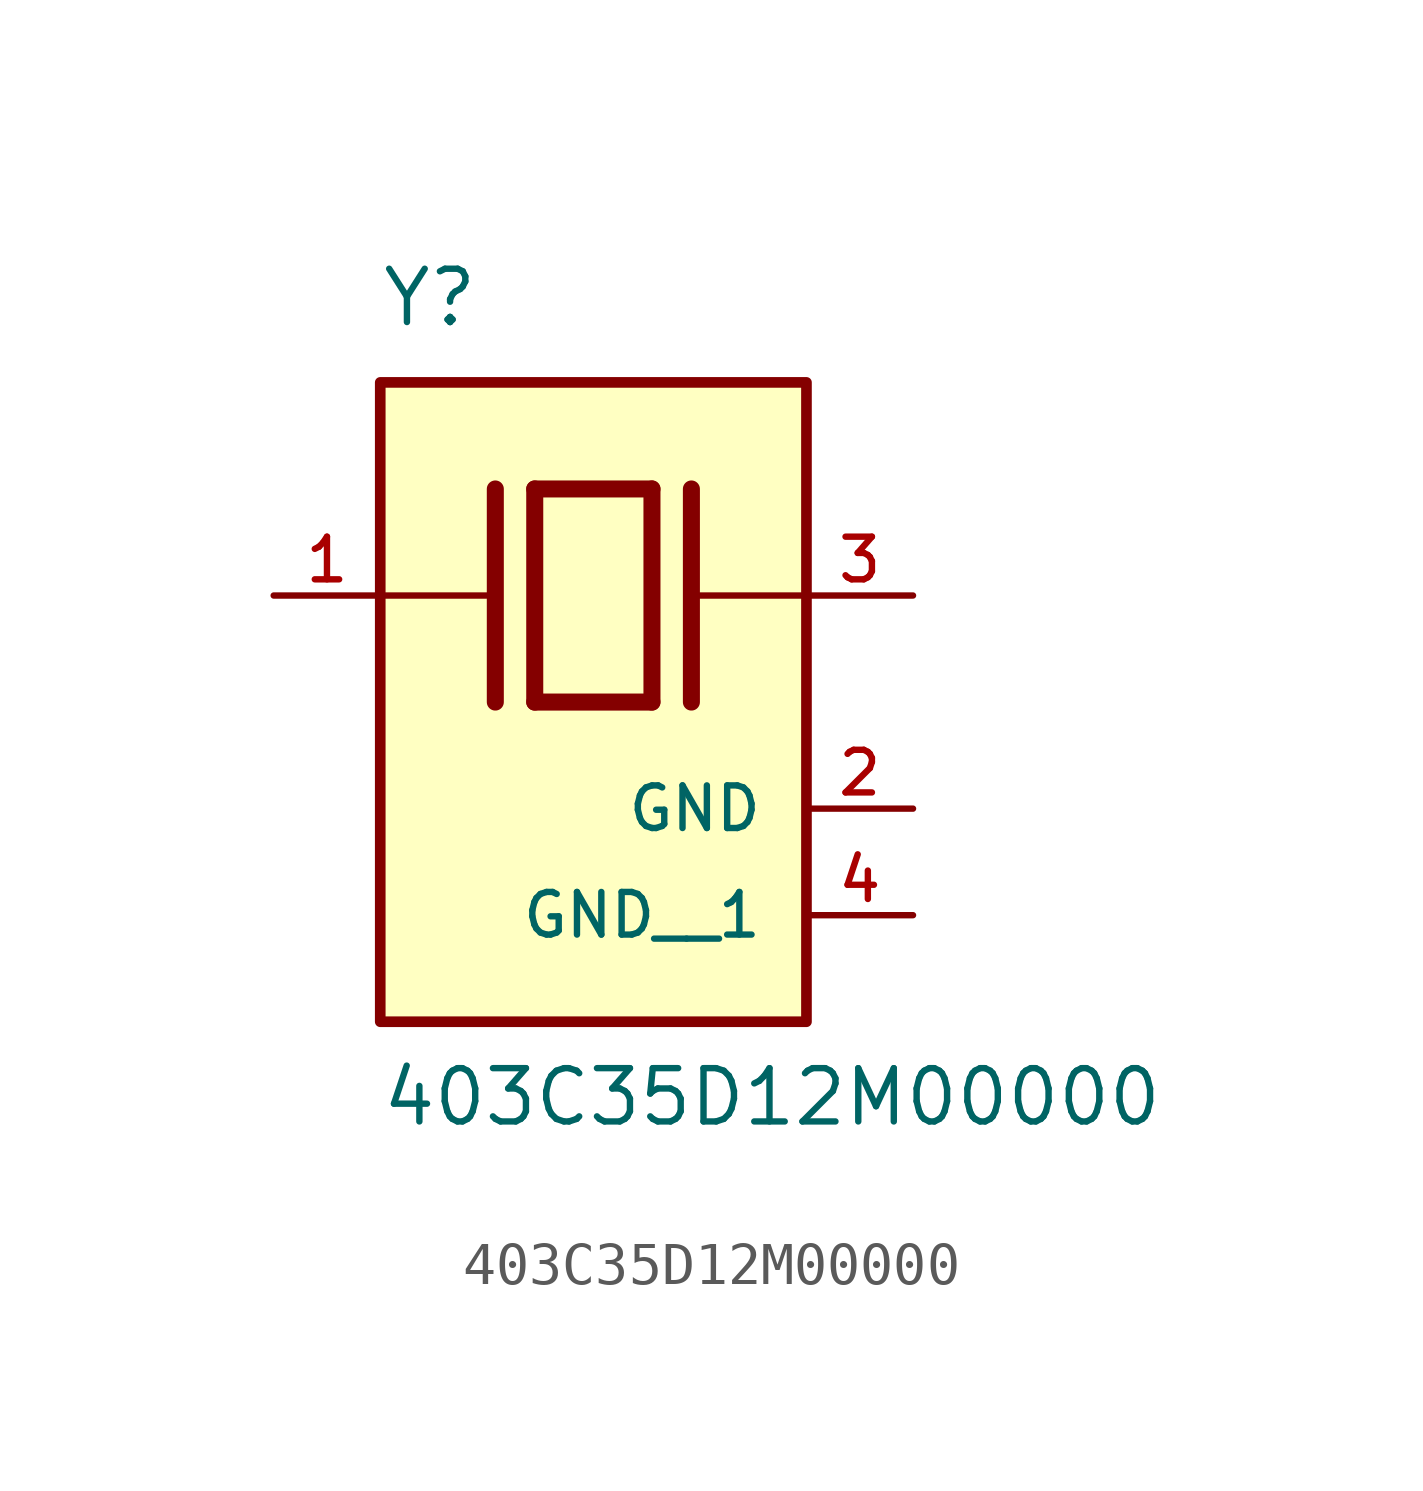
<source format=kicad_sym>
(kicad_symbol_lib
  (version 20211014)
  (generator kicad_symbol_editor)
  (symbol "403C35D12M00000"
    (pin_names
      (offset 1.016))
    (property "Reference" "Y"
      (at -5.088 6.356 0)
      (effects (font (size 1.27 1.27)) (justify bottom left)))
    (property "Value" "403C35D12M00000"
      (at -5.094 -12.7 0)
      (effects (font (size 1.27 1.27)) (justify bottom left)))
    (symbol "403C35D12M00000_0_0"
      (polyline (pts (xy -1.397 2.54) (xy 1.397 2.54)) (stroke (width 0.406)))
      (polyline (pts (xy 1.397 2.54) (xy 1.397 -2.54)) (stroke (width 0.406)))
      (polyline (pts (xy 1.397 -2.54) (xy -1.397 -2.54)) (stroke (width 0.406)))
      (polyline (pts (xy -1.397 2.54) (xy -1.397 -2.54)) (stroke (width 0.406)))
      (polyline (pts (xy 2.337 2.54) (xy 2.337 -2.54)) (stroke (width 0.406)))
      (polyline (pts (xy -2.337 2.54) (xy -2.337 -2.54)) (stroke (width 0.406)))
      (polyline (pts (xy -5.08 0.0) (xy -2.54 0.0)) (stroke (width 0.152)))
      (polyline (pts (xy 2.54 0.0) (xy 5.08 0.0)) (stroke (width 0.152)))
      (rectangle (start -5.08 -10.16) (end 5.08 5.08) (stroke (width 0.254)) (fill (type background)))
      (pin passive line (at 7.62 0.0 180.0) (length 2.54) (name "~" (effects (font (size 1.016 1.016)))) (number "3" (effects (font (size 1.016 1.016)))))
      (pin passive line (at -7.62 0.0 0) (length 2.54) (name "~" (effects (font (size 1.016 1.016)))) (number "1" (effects (font (size 1.016 1.016)))))
      (pin power_in line (at 7.62 -5.08 180.0) (length 2.54) (name "GND" (effects (font (size 1.016 1.016)))) (number "2" (effects (font (size 1.016 1.016)))))
      (pin power_in line (at 7.62 -7.62 180.0) (length 2.54) (name "GND__1" (effects (font (size 1.016 1.016)))) (number "4" (effects (font (size 1.016 1.016))))))))
</source>
